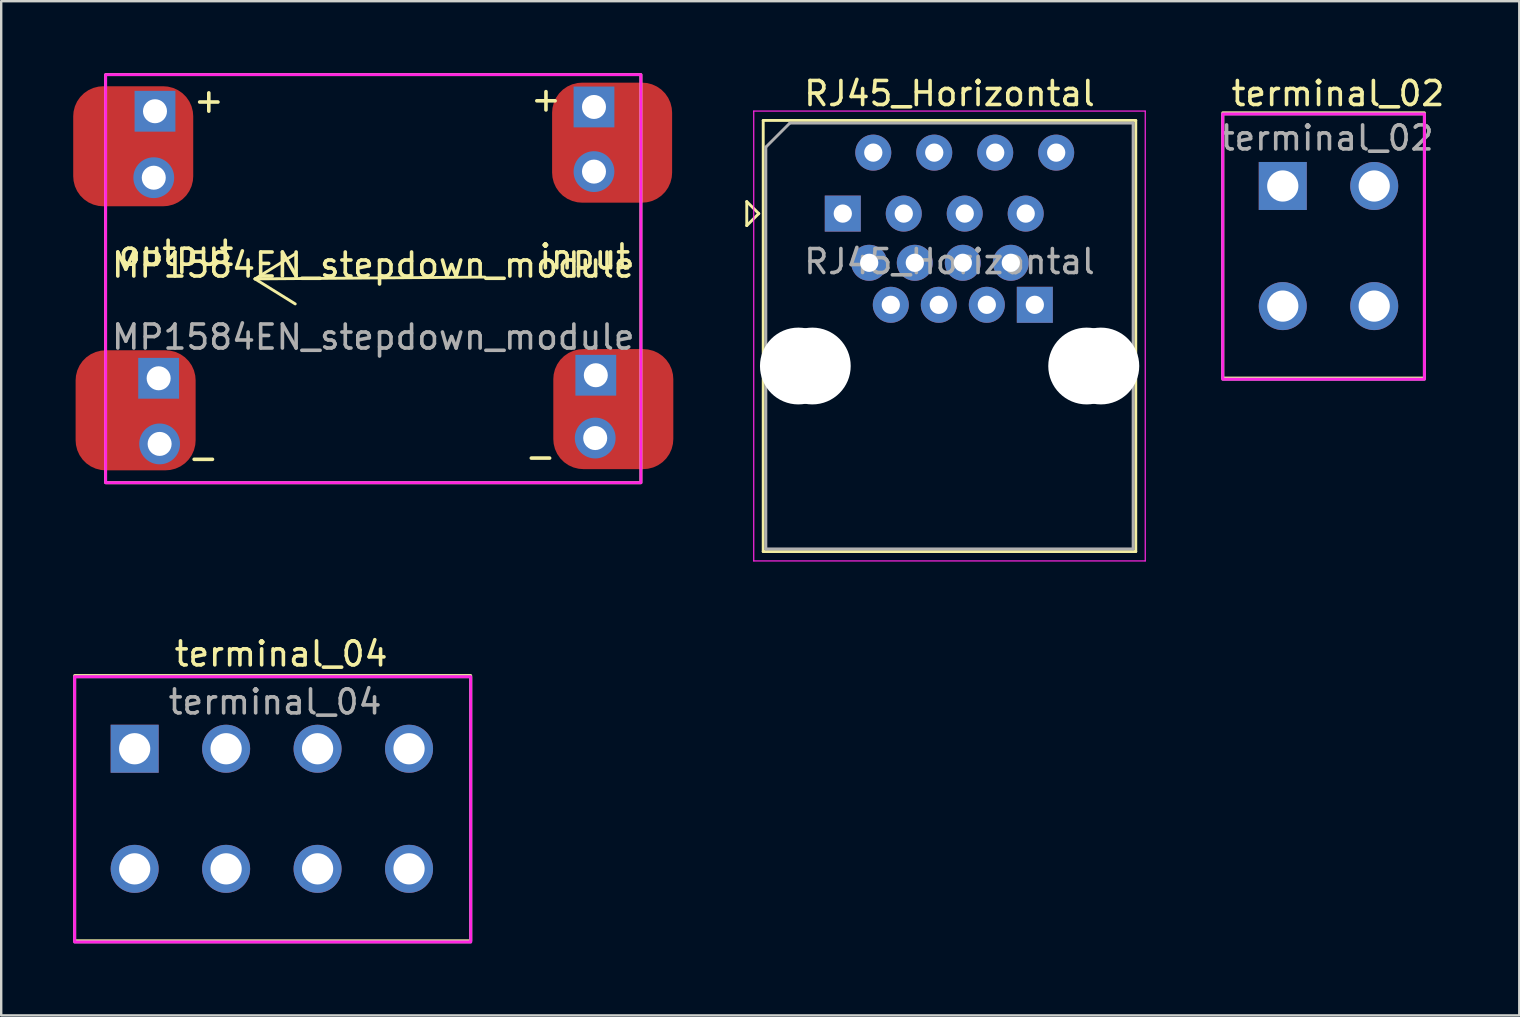
<source format=kicad_pcb>
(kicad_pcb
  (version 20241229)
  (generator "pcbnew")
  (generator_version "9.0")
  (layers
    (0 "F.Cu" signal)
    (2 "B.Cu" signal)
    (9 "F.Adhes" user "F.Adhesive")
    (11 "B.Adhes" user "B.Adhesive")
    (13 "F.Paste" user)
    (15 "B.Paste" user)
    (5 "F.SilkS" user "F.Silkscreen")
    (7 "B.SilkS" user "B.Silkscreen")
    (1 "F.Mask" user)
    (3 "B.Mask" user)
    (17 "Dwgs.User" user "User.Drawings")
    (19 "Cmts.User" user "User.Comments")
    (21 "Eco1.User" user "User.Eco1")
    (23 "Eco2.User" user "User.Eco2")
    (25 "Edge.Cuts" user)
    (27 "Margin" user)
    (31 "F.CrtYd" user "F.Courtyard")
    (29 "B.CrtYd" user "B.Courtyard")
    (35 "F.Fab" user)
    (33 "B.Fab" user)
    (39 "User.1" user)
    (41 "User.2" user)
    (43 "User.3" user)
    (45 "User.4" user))
  (footprint "terminal_02"
    (layer "F.Cu")
    (at 50.389 4.698)
    (property "Reference" "terminal_02" (at 2.3 -3.85 0) (layer "F.SilkS") (effects (font (size 1 1) (thickness 0.15))))
    (attr through_hole)
    (fp_rect (start -2.5 -3.05) (end 5.9 8) (stroke (width 0.12) (type default)) (fill no) (layer "F.SilkS"))
    (fp_rect (start -2.5 -3) (end 5.9 8.05) (stroke (width 0.12) (type default)) (fill no) (layer "F.CrtYd"))
    (fp_rect (start -2.5 -3) (end 5.9 8.05) (stroke (width 0.12) (type default)) (fill no) (layer "F.Fab"))
    (fp_text user "${REFERENCE}" (at 1.85 -2 180) (layer "F.Fab") (effects (font (size 1 1) (thickness 0.15))))
    (pad "1" thru_hole rect (at 0 0) (size 2 2) (drill 1.3) (layers "*.Cu" "*.Mask"))
    (pad "1" thru_hole oval (at 0 5.004) (size 2 2) (drill 1.3) (layers "*.Cu" "*.Mask"))
    (pad "2" thru_hole circle (at 3.81 0) (size 2 2) (drill 1.3) (layers "*.Cu" "*.Mask"))
    (pad "2" thru_hole circle (at 3.81 5.004) (size 2 2) (drill 1.3) (layers "*.Cu" "*.Mask")))
  (footprint "MP1584EN_stepdown_module"
    (layer "F.Cu")
    (at 12.5 8.493)
    (property "Reference" "MP1584EN_stepdown_module" (at 0 -0.5 0) (unlocked yes) (layer "F.SilkS") (effects (font (size 1 1) (thickness 0.15))))
    (attr smd)
    (fp_line (start -4.928 0.076) (end -3.251 -0.965) (stroke (width 0.12) (type default)) (layer "F.SilkS"))
    (fp_line (start -4.928 0.076) (end -3.251 1.118) (stroke (width 0.12) (type default)) (layer "F.SilkS"))
    (fp_line (start 4.648 0) (end -4.928 0.076) (stroke (width 0.12) (type default)) (layer "F.SilkS"))
    (fp_rect (start -11.15 -8.433) (end 11.15 8.567) (stroke (width 0.12) (type default)) (fill no) (layer "F.SilkS"))
    (fp_rect (start -11.15 -8.433) (end 11.15 8.567) (stroke (width 0.12) (type default)) (fill no) (layer "F.CrtYd"))
    (fp_text user "+" (at 6.477 -6.833 0) (unlocked yes) (layer "F.SilkS") (effects (font (size 1 1) (thickness 0.15)) (justify left bottom)))
    (fp_text user "+" (at -7.569 -6.782 0) (unlocked yes) (layer "F.SilkS") (effects (font (size 1 1) (thickness 0.15)) (justify left bottom)))
    (fp_text user "input" (at 6.833 -0.254 0) (unlocked yes) (layer "F.SilkS") (effects (font (size 1 1) (thickness 0.15)) (justify left bottom)))
    (fp_text user "output" (at -10.693 -0.406 0) (unlocked yes) (layer "F.SilkS") (effects (font (size 1 1) (thickness 0.15)) (justify left bottom)))
    (fp_text user "-" (at -7.798 8.103 0) (unlocked yes) (layer "F.SilkS") (effects (font (size 1 1) (thickness 0.15)) (justify left bottom)))
    (fp_text user "-" (at 6.248 8.052 0) (unlocked yes) (layer "F.SilkS") (effects (font (size 1 1) (thickness 0.15)) (justify left bottom)))
    (fp_text user "${REFERENCE}" (at 0 2.5 0) (unlocked yes) (layer "F.Fab") (effects (font (size 1 1) (thickness 0.15))))
    (pad "1" thru_hole rect (at 9.195 -7.087) (size 1.7 1.7) (drill 1) (layers "*.Cu" "*.Mask"))
    (pad "1" thru_hole oval (at 9.195 -4.394) (size 1.7 1.7) (drill 1) (layers "*.Cu" "*.Mask"))
    (pad "1" smd roundrect (at 9.95 -5.6) (size 5 5) (layers "F.Cu" "F.Mask" "F.Paste") (roundrect_rratio 0.25))
    (pad "2" thru_hole oval (at 9.246 6.706) (size 1.7 1.7) (drill 1) (layers "*.Cu" "*.Mask"))
    (pad "2" thru_hole rect (at 9.271 4.089) (size 1.7 1.7) (drill 1) (layers "*.Cu" "*.Mask"))
    (pad "2" smd roundrect (at 10 5.5) (size 5 5) (layers "F.Cu" "F.Mask" "F.Paste") (roundrect_rratio 0.25))
    (pad "3" smd roundrect (at -9.9 5.55) (size 5 5) (layers "F.Cu" "F.Mask" "F.Paste") (roundrect_rratio 0.25))
    (pad "3" thru_hole rect (at -8.941 4.216) (size 1.7 1.7) (drill 1) (layers "*.Cu" "*.Mask"))
    (pad "3" thru_hole oval (at -8.9 6.95) (size 1.7 1.7) (drill 1) (layers "*.Cu" "*.Mask"))
    (pad "4" smd roundrect (at -10 -5.45) (size 5 5) (layers "F.Cu" "F.Mask" "F.Paste") (roundrect_rratio 0.25))
    (pad "4" thru_hole oval (at -9.144 -4.14) (size 1.7 1.7) (drill 1) (layers "*.Cu" "*.Mask"))
    (pad "4" thru_hole rect (at -9.093 -6.909) (size 1.7 1.7) (drill 1) (layers "*.Cu" "*.Mask")))
  (footprint "RJ45_Horizontal"
    (layer "F.Cu")
    (at 32.06 5.848)
    (property "Reference" "RJ45_Horizontal" (at 4.445 -5 0) (layer "F.SilkS") (effects (font (size 1 1) (thickness 0.15))))
    (attr through_hole)
    (fp_line (start -4 -0.5) (end -4 0.5) (stroke (width 0.12) (type solid)) (layer "F.SilkS"))
    (fp_line (start -4 0.5) (end -3.5 0) (stroke (width 0.12) (type solid)) (layer "F.SilkS"))
    (fp_line (start -3.5 0) (end -4 -0.5) (stroke (width 0.12) (type solid)) (layer "F.SilkS"))
    (fp_line (start -3.315 -3.88) (end -3.315 14.08) (stroke (width 0.12) (type solid)) (layer "F.SilkS"))
    (fp_line (start -3.315 14.08) (end 12.205 14.08) (stroke (width 0.12) (type solid)) (layer "F.SilkS"))
    (fp_line (start 12.205 -3.88) (end -3.315 -3.88) (stroke (width 0.12) (type solid)) (layer "F.SilkS"))
    (fp_line (start 12.205 -3.88) (end 12.205 14.08) (stroke (width 0.12) (type solid)) (layer "F.SilkS"))
    (fp_line (start -3.71 -4.27) (end -3.71 14.47) (stroke (width 0.05) (type solid)) (layer "F.CrtYd"))
    (fp_line (start -3.71 -4.27) (end 12.6 -4.27) (stroke (width 0.05) (type solid)) (layer "F.CrtYd"))
    (fp_line (start 12.6 14.47) (end -3.71 14.47) (stroke (width 0.05) (type solid)) (layer "F.CrtYd"))
    (fp_line (start 12.6 14.47) (end 12.6 -4.27) (stroke (width 0.05) (type solid)) (layer "F.CrtYd"))
    (fp_line (start -3.205 -2.77) (end -2.205 -3.77) (stroke (width 0.12) (type solid)) (layer "F.Fab"))
    (fp_line (start -3.205 13.97) (end -3.205 -2.77) (stroke (width 0.12) (type solid)) (layer "F.Fab"))
    (fp_line (start -2.205 -3.77) (end 12.095 -3.77) (stroke (width 0.12) (type solid)) (layer "F.Fab"))
    (fp_line (start 12.095 -3.77) (end 12.095 13.97) (stroke (width 0.12) (type solid)) (layer "F.Fab"))
    (fp_line (start 12.095 13.97) (end -3.205 13.97) (stroke (width 0.12) (type solid)) (layer "F.Fab"))
    (fp_text user "${REFERENCE}" (at 4.445 2 0) (layer "F.Fab") (effects (font (size 1 1) (thickness 0.15))))
    (pad "" np_thru_hole circle (at -1.85 6.35) (size 3.2 3.2) (drill 3.2) (layers "*.Cu" "*.Mask"))
    (pad "" np_thru_hole circle (at -1.27 6.35) (size 3.2 3.2) (drill 3.2) (layers "*.Cu" "*.Mask"))
    (pad "" np_thru_hole circle (at 10.16 6.35) (size 3.2 3.2) (drill 3.2) (layers "*.Cu" "*.Mask"))
    (pad "" np_thru_hole circle (at 10.75 6.35) (size 3.2 3.2) (drill 3.2) (layers "*.Cu" "*.Mask"))
    (pad "1" thru_hole rect (at 0 0) (size 1.5 1.5) (drill 0.76) (layers "*.Cu" "*.Mask"))
    (pad "1" thru_hole rect (at 8 3.8) (size 1.5 1.5) (drill 0.76) (layers "*.Cu" "*.Mask"))
    (pad "2" thru_hole circle (at 1.27 -2.54) (size 1.5 1.5) (drill 0.76) (layers "*.Cu" "*.Mask"))
    (pad "2" thru_hole circle (at 7 2.05) (size 1.5 1.5) (drill 0.76) (layers "*.Cu" "*.Mask"))
    (pad "3" thru_hole circle (at 2.54 0) (size 1.5 1.5) (drill 0.76) (layers "*.Cu" "*.Mask"))
    (pad "3" thru_hole circle (at 6 3.8) (size 1.5 1.5) (drill 0.76) (layers "*.Cu" "*.Mask"))
    (pad "4" thru_hole circle (at 3.81 -2.54) (size 1.5 1.5) (drill 0.76) (layers "*.Cu" "*.Mask"))
    (pad "4" thru_hole circle (at 5 2.05) (size 1.5 1.5) (drill 0.76) (layers "*.Cu" "*.Mask"))
    (pad "5" thru_hole circle (at 4 3.8) (size 1.5 1.5) (drill 0.76) (layers "*.Cu" "*.Mask"))
    (pad "5" thru_hole circle (at 5.08 0) (size 1.5 1.5) (drill 0.76) (layers "*.Cu" "*.Mask"))
    (pad "6" thru_hole circle (at 3 2.05) (size 1.5 1.5) (drill 0.76) (layers "*.Cu" "*.Mask"))
    (pad "6" thru_hole circle (at 6.35 -2.54) (size 1.5 1.5) (drill 0.76) (layers "*.Cu" "*.Mask"))
    (pad "7" thru_hole circle (at 2 3.8) (size 1.5 1.5) (drill 0.76) (layers "*.Cu" "*.Mask"))
    (pad "7" thru_hole circle (at 7.62 0) (size 1.5 1.5) (drill 0.76) (layers "*.Cu" "*.Mask"))
    (pad "8" thru_hole circle (at 1.1 2.05) (size 1.5 1.5) (drill 0.76) (layers "*.Cu" "*.Mask"))
    (pad "8" thru_hole circle (at 8.89 -2.54) (size 1.5 1.5) (drill 0.76) (layers "*.Cu" "*.Mask")))
  (footprint "terminal_04"
    (layer "F.Cu")
    (at 2.56 28.142)
    (property "Reference" "terminal_04" (at 6.1 -3.95 0) (layer "F.SilkS") (effects (font (size 1 1) (thickness 0.15))))
    (attr through_hole)
    (fp_rect (start -2.5 -3.05) (end 14 8) (stroke (width 0.12) (type default)) (fill no) (layer "F.SilkS"))
    (fp_rect (start -2.5 -3) (end 14 8.05) (stroke (width 0.12) (type default)) (fill no) (layer "F.CrtYd"))
    (fp_rect (start -2.5 -3) (end 14 8.05) (stroke (width 0.12) (type default)) (fill no) (layer "F.Fab"))
    (fp_text user "${REFERENCE}" (at 5.85 -1.95 180) (layer "F.Fab") (effects (font (size 1 1) (thickness 0.15))))
    (pad "1" thru_hole rect (at 0 0) (size 2 2) (drill 1.3) (layers "*.Cu" "*.Mask"))
    (pad "1" thru_hole oval (at 0 5.004) (size 2 2) (drill 1.3) (layers "*.Cu" "*.Mask"))
    (pad "2" thru_hole circle (at 3.81 0) (size 2 2) (drill 1.3) (layers "*.Cu" "*.Mask"))
    (pad "2" thru_hole circle (at 3.81 5.004) (size 2 2) (drill 1.3) (layers "*.Cu" "*.Mask"))
    (pad "3" thru_hole circle (at 7.62 0) (size 2 2) (drill 1.3) (layers "*.Cu" "*.Mask"))
    (pad "3" thru_hole circle (at 7.62 5.004) (size 2 2) (drill 1.3) (layers "*.Cu" "*.Mask"))
    (pad "4" thru_hole circle (at 11.43 0) (size 2 2) (drill 1.3) (layers "*.Cu" "*.Mask"))
    (pad "4" thru_hole circle (at 11.43 5.004) (size 2 2) (drill 1.3) (layers "*.Cu" "*.Mask")))
  (gr_rect
    (start -3 -3)
    (end 60.242 39.252)
    (stroke (width 0.1) (type default))
    (fill no)
    (layer "Edge.Cuts")))
</source>
